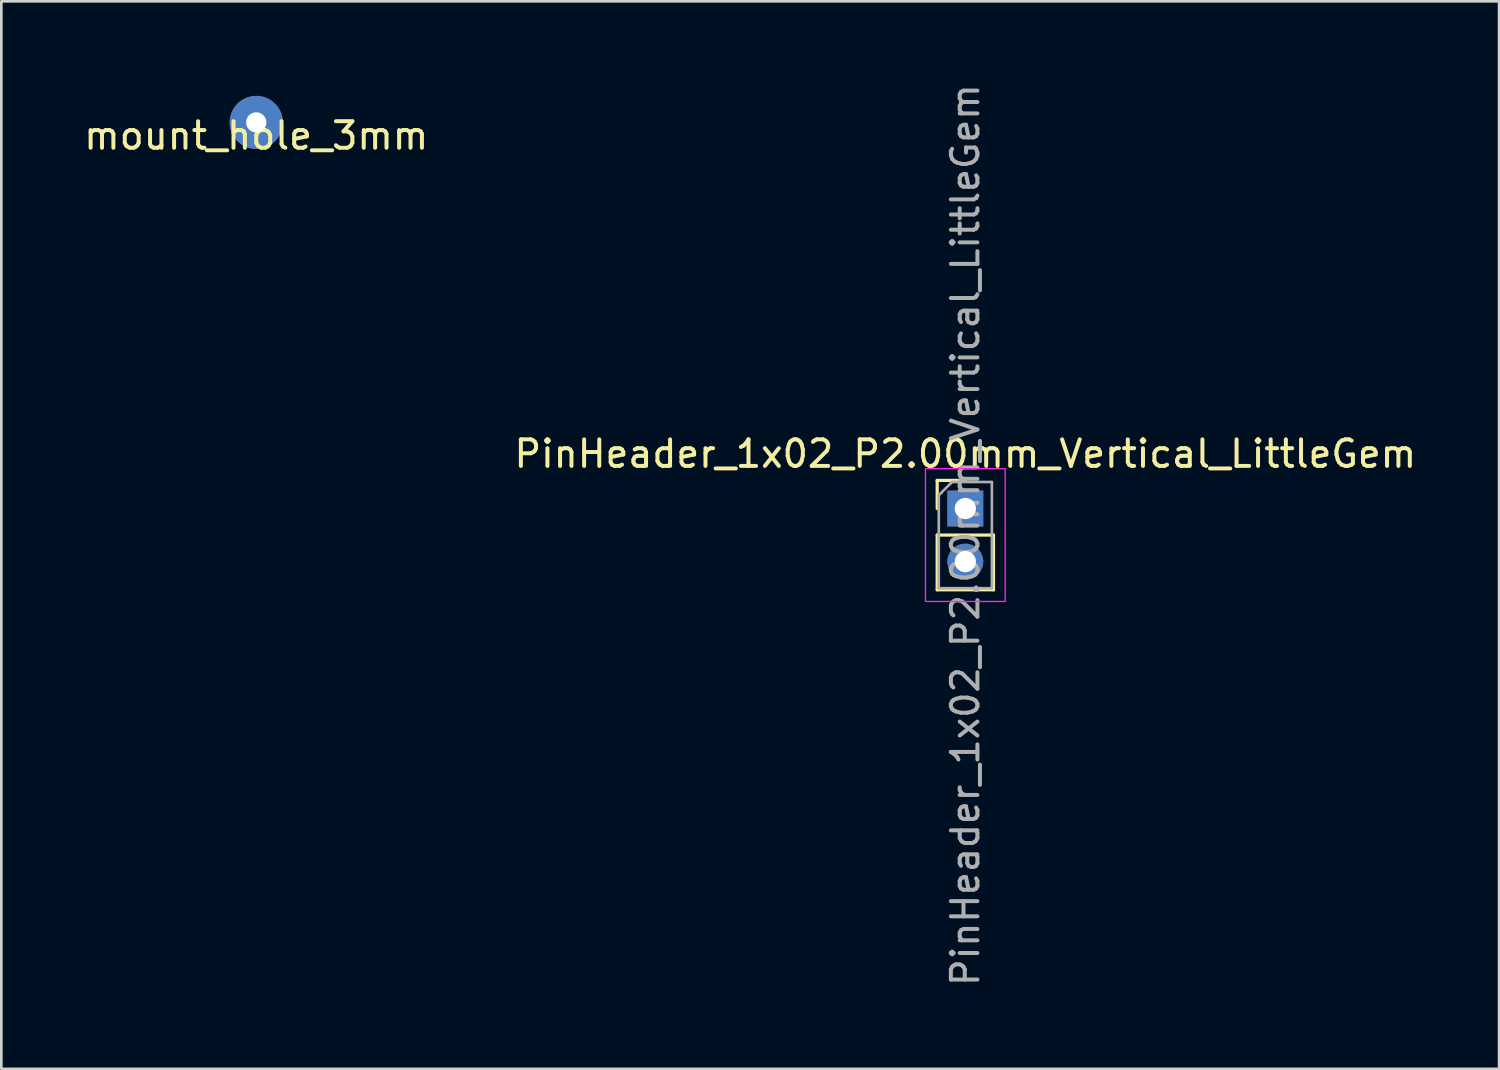
<source format=kicad_pcb>
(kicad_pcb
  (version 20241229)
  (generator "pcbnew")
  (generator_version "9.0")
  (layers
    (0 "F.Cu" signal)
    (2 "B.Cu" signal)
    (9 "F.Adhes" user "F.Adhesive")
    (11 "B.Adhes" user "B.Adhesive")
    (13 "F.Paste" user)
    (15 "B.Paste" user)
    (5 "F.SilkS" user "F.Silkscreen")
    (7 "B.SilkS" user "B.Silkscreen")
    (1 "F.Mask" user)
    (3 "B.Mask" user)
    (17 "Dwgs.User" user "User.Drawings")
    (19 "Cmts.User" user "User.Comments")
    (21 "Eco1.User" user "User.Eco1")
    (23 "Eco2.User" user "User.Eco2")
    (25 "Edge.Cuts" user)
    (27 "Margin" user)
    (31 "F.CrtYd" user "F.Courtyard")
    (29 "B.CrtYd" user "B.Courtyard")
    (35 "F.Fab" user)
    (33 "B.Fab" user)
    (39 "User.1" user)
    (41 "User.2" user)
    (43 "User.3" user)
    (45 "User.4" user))
  (footprint "PinHeader_1x02_P2.00mm_Vertical_LittleGem"
    (layer "F.Cu")
    (at 33.304 16.101)
    (property "Reference" "PinHeader_1x02_P2.00mm_Vertical_LittleGem" (at 0 -2.06 0) (layer "F.SilkS") (effects (font (size 1 1) (thickness 0.15))))
    (attr through_hole)
    (fp_line (start -1.06 -1.06) (end 0 -1.06) (stroke (width 0.12) (type solid)) (layer "F.SilkS"))
    (fp_line (start -1.06 0) (end -1.06 -1.06) (stroke (width 0.12) (type solid)) (layer "F.SilkS"))
    (fp_line (start -1.06 1) (end -1.06 3.06) (stroke (width 0.12) (type solid)) (layer "F.SilkS"))
    (fp_line (start -1.06 1) (end 1.06 1) (stroke (width 0.12) (type solid)) (layer "F.SilkS"))
    (fp_line (start -1.06 3.06) (end 1.06 3.06) (stroke (width 0.12) (type solid)) (layer "F.SilkS"))
    (fp_line (start 1.06 1) (end 1.06 3.06) (stroke (width 0.12) (type solid)) (layer "F.SilkS"))
    (fp_line (start -1.5 -1.5) (end -1.5 3.5) (stroke (width 0.05) (type solid)) (layer "F.CrtYd"))
    (fp_line (start -1.5 3.5) (end 1.5 3.5) (stroke (width 0.05) (type solid)) (layer "F.CrtYd"))
    (fp_line (start 1.5 -1.5) (end -1.5 -1.5) (stroke (width 0.05) (type solid)) (layer "F.CrtYd"))
    (fp_line (start 1.5 3.5) (end 1.5 -1.5) (stroke (width 0.05) (type solid)) (layer "F.CrtYd"))
    (fp_line (start -1 -0.5) (end -0.5 -1) (stroke (width 0.1) (type solid)) (layer "F.Fab"))
    (fp_line (start -1 3) (end -1 -0.5) (stroke (width 0.1) (type solid)) (layer "F.Fab"))
    (fp_line (start -0.5 -1) (end 1 -1) (stroke (width 0.1) (type solid)) (layer "F.Fab"))
    (fp_line (start 1 -1) (end 1 3) (stroke (width 0.1) (type solid)) (layer "F.Fab"))
    (fp_line (start 1 3) (end -1 3) (stroke (width 0.1) (type solid)) (layer "F.Fab"))
    (fp_text user "${REFERENCE}" (at 0 1 90) (layer "F.Fab") (effects (font (size 1 1) (thickness 0.15))))
    (pad "S" thru_hole rect (at 0 0) (size 1.35 1.35) (drill 0.8) (layers "*.Cu" "*.Mask"))
    (pad "T" thru_hole oval (at 0 2) (size 1.35 1.35) (drill 0.8) (layers "*.Cu" "*.Mask")))
  (footprint "mount_hole_3mm"
    (layer "F.Cu")
    (at 6.601 1.56)
    (property "Reference" "mount_hole_3mm" (at 0 0.5 0) (layer "F.SilkS") (effects (font (size 1 1) (thickness 0.15))))
    (attr through_hole)
    (fp_circle (center 0 0) (end 1.5 0) (stroke (width 0.12) (type solid)) (fill no) (layer "Eco2.User"))
    (pad "1" thru_hole circle (at 0 0) (size 2 2) (drill 0.762) (layers "*.Cu" "B.Adhes")))
  (gr_rect
    (start -3 -3)
    (end 53.405 37.202)
    (stroke (width 0.1) (type default))
    (fill no)
    (layer "Edge.Cuts")))
</source>
